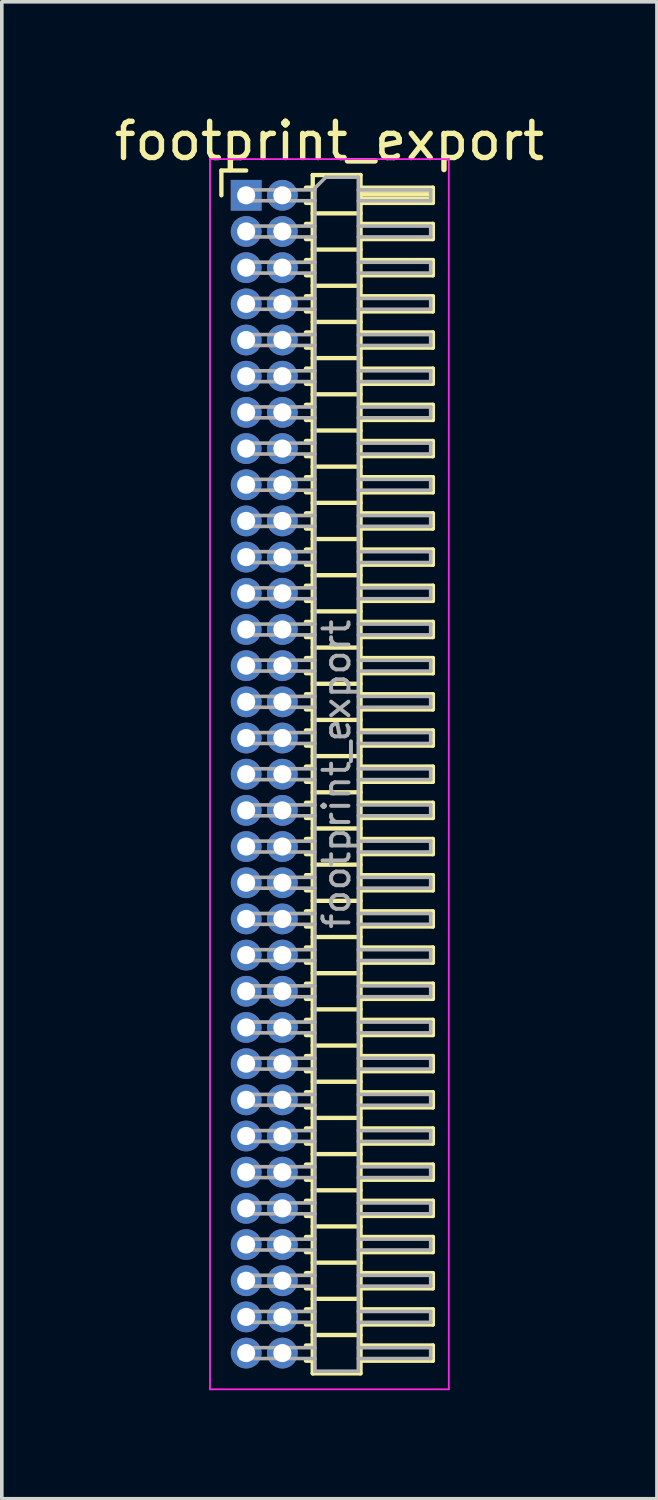
<source format=kicad_pcb>
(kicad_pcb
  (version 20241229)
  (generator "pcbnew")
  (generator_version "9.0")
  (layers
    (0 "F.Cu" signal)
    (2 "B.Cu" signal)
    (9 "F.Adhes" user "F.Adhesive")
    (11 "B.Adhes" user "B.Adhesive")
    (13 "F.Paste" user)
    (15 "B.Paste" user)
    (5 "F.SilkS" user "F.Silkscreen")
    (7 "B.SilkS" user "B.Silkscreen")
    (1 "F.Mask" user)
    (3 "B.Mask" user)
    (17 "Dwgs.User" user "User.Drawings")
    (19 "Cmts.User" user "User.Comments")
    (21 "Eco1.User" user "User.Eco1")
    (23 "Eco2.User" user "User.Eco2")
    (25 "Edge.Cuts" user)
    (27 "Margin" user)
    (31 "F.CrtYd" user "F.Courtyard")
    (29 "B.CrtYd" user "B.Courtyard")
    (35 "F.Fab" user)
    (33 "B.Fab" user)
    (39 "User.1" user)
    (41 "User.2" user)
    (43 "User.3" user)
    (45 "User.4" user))
  (footprint "footprint_export"
    (layer "F.Cu")
    (at 3.754 2.348)
    (property "Reference" "footprint_export" (at 2.3 -1.5 0) (layer "F.SilkS") (effects (font (size 1 1) (thickness 0.15))))
    (attr through_hole)
    (fp_line (start -0.685 -0.685) (end 0 -0.685) (stroke (width 0.12) (type solid)) (layer "F.SilkS"))
    (fp_line (start -0.685 0) (end -0.685 -0.685) (stroke (width 0.12) (type solid)) (layer "F.SilkS"))
    (fp_line (start 1.652 -0.21) (end 1.84 -0.21) (stroke (width 0.12) (type solid)) (layer "F.SilkS"))
    (fp_line (start 1.652 0.21) (end 1.84 0.21) (stroke (width 0.12) (type solid)) (layer "F.SilkS"))
    (fp_line (start 1.652 0.79) (end 1.84 0.79) (stroke (width 0.12) (type solid)) (layer "F.SilkS"))
    (fp_line (start 1.652 1.21) (end 1.84 1.21) (stroke (width 0.12) (type solid)) (layer "F.SilkS"))
    (fp_line (start 1.652 1.79) (end 1.84 1.79) (stroke (width 0.12) (type solid)) (layer "F.SilkS"))
    (fp_line (start 1.652 2.21) (end 1.84 2.21) (stroke (width 0.12) (type solid)) (layer "F.SilkS"))
    (fp_line (start 1.652 2.79) (end 1.84 2.79) (stroke (width 0.12) (type solid)) (layer "F.SilkS"))
    (fp_line (start 1.652 3.21) (end 1.84 3.21) (stroke (width 0.12) (type solid)) (layer "F.SilkS"))
    (fp_line (start 1.652 3.79) (end 1.84 3.79) (stroke (width 0.12) (type solid)) (layer "F.SilkS"))
    (fp_line (start 1.652 4.21) (end 1.84 4.21) (stroke (width 0.12) (type solid)) (layer "F.SilkS"))
    (fp_line (start 1.652 4.79) (end 1.84 4.79) (stroke (width 0.12) (type solid)) (layer "F.SilkS"))
    (fp_line (start 1.652 5.21) (end 1.84 5.21) (stroke (width 0.12) (type solid)) (layer "F.SilkS"))
    (fp_line (start 1.652 5.79) (end 1.84 5.79) (stroke (width 0.12) (type solid)) (layer "F.SilkS"))
    (fp_line (start 1.652 6.21) (end 1.84 6.21) (stroke (width 0.12) (type solid)) (layer "F.SilkS"))
    (fp_line (start 1.652 6.79) (end 1.84 6.79) (stroke (width 0.12) (type solid)) (layer "F.SilkS"))
    (fp_line (start 1.652 7.21) (end 1.84 7.21) (stroke (width 0.12) (type solid)) (layer "F.SilkS"))
    (fp_line (start 1.652 7.79) (end 1.84 7.79) (stroke (width 0.12) (type solid)) (layer "F.SilkS"))
    (fp_line (start 1.652 8.21) (end 1.84 8.21) (stroke (width 0.12) (type solid)) (layer "F.SilkS"))
    (fp_line (start 1.652 8.79) (end 1.84 8.79) (stroke (width 0.12) (type solid)) (layer "F.SilkS"))
    (fp_line (start 1.652 9.21) (end 1.84 9.21) (stroke (width 0.12) (type solid)) (layer "F.SilkS"))
    (fp_line (start 1.652 9.79) (end 1.84 9.79) (stroke (width 0.12) (type solid)) (layer "F.SilkS"))
    (fp_line (start 1.652 10.21) (end 1.84 10.21) (stroke (width 0.12) (type solid)) (layer "F.SilkS"))
    (fp_line (start 1.652 10.79) (end 1.84 10.79) (stroke (width 0.12) (type solid)) (layer "F.SilkS"))
    (fp_line (start 1.652 11.21) (end 1.84 11.21) (stroke (width 0.12) (type solid)) (layer "F.SilkS"))
    (fp_line (start 1.652 11.79) (end 1.84 11.79) (stroke (width 0.12) (type solid)) (layer "F.SilkS"))
    (fp_line (start 1.652 12.21) (end 1.84 12.21) (stroke (width 0.12) (type solid)) (layer "F.SilkS"))
    (fp_line (start 1.652 12.79) (end 1.84 12.79) (stroke (width 0.12) (type solid)) (layer "F.SilkS"))
    (fp_line (start 1.652 13.21) (end 1.84 13.21) (stroke (width 0.12) (type solid)) (layer "F.SilkS"))
    (fp_line (start 1.652 13.79) (end 1.84 13.79) (stroke (width 0.12) (type solid)) (layer "F.SilkS"))
    (fp_line (start 1.652 14.21) (end 1.84 14.21) (stroke (width 0.12) (type solid)) (layer "F.SilkS"))
    (fp_line (start 1.652 14.79) (end 1.84 14.79) (stroke (width 0.12) (type solid)) (layer "F.SilkS"))
    (fp_line (start 1.652 15.21) (end 1.84 15.21) (stroke (width 0.12) (type solid)) (layer "F.SilkS"))
    (fp_line (start 1.652 15.79) (end 1.84 15.79) (stroke (width 0.12) (type solid)) (layer "F.SilkS"))
    (fp_line (start 1.652 16.21) (end 1.84 16.21) (stroke (width 0.12) (type solid)) (layer "F.SilkS"))
    (fp_line (start 1.652 16.79) (end 1.84 16.79) (stroke (width 0.12) (type solid)) (layer "F.SilkS"))
    (fp_line (start 1.652 17.21) (end 1.84 17.21) (stroke (width 0.12) (type solid)) (layer "F.SilkS"))
    (fp_line (start 1.652 17.79) (end 1.84 17.79) (stroke (width 0.12) (type solid)) (layer "F.SilkS"))
    (fp_line (start 1.652 18.21) (end 1.84 18.21) (stroke (width 0.12) (type solid)) (layer "F.SilkS"))
    (fp_line (start 1.652 18.79) (end 1.84 18.79) (stroke (width 0.12) (type solid)) (layer "F.SilkS"))
    (fp_line (start 1.652 19.21) (end 1.84 19.21) (stroke (width 0.12) (type solid)) (layer "F.SilkS"))
    (fp_line (start 1.652 19.79) (end 1.84 19.79) (stroke (width 0.12) (type solid)) (layer "F.SilkS"))
    (fp_line (start 1.652 20.21) (end 1.84 20.21) (stroke (width 0.12) (type solid)) (layer "F.SilkS"))
    (fp_line (start 1.652 20.79) (end 1.84 20.79) (stroke (width 0.12) (type solid)) (layer "F.SilkS"))
    (fp_line (start 1.652 21.21) (end 1.84 21.21) (stroke (width 0.12) (type solid)) (layer "F.SilkS"))
    (fp_line (start 1.652 21.79) (end 1.84 21.79) (stroke (width 0.12) (type solid)) (layer "F.SilkS"))
    (fp_line (start 1.652 22.21) (end 1.84 22.21) (stroke (width 0.12) (type solid)) (layer "F.SilkS"))
    (fp_line (start 1.652 22.79) (end 1.84 22.79) (stroke (width 0.12) (type solid)) (layer "F.SilkS"))
    (fp_line (start 1.652 23.21) (end 1.84 23.21) (stroke (width 0.12) (type solid)) (layer "F.SilkS"))
    (fp_line (start 1.652 23.79) (end 1.84 23.79) (stroke (width 0.12) (type solid)) (layer "F.SilkS"))
    (fp_line (start 1.652 24.21) (end 1.84 24.21) (stroke (width 0.12) (type solid)) (layer "F.SilkS"))
    (fp_line (start 1.652 24.79) (end 1.84 24.79) (stroke (width 0.12) (type solid)) (layer "F.SilkS"))
    (fp_line (start 1.652 25.21) (end 1.84 25.21) (stroke (width 0.12) (type solid)) (layer "F.SilkS"))
    (fp_line (start 1.652 25.79) (end 1.84 25.79) (stroke (width 0.12) (type solid)) (layer "F.SilkS"))
    (fp_line (start 1.652 26.21) (end 1.84 26.21) (stroke (width 0.12) (type solid)) (layer "F.SilkS"))
    (fp_line (start 1.652 26.79) (end 1.84 26.79) (stroke (width 0.12) (type solid)) (layer "F.SilkS"))
    (fp_line (start 1.652 27.21) (end 1.84 27.21) (stroke (width 0.12) (type solid)) (layer "F.SilkS"))
    (fp_line (start 1.652 27.79) (end 1.84 27.79) (stroke (width 0.12) (type solid)) (layer "F.SilkS"))
    (fp_line (start 1.652 28.21) (end 1.84 28.21) (stroke (width 0.12) (type solid)) (layer "F.SilkS"))
    (fp_line (start 1.652 28.79) (end 1.84 28.79) (stroke (width 0.12) (type solid)) (layer "F.SilkS"))
    (fp_line (start 1.652 29.21) (end 1.84 29.21) (stroke (width 0.12) (type solid)) (layer "F.SilkS"))
    (fp_line (start 1.652 29.79) (end 1.84 29.79) (stroke (width 0.12) (type solid)) (layer "F.SilkS"))
    (fp_line (start 1.652 30.21) (end 1.84 30.21) (stroke (width 0.12) (type solid)) (layer "F.SilkS"))
    (fp_line (start 1.652 30.79) (end 1.84 30.79) (stroke (width 0.12) (type solid)) (layer "F.SilkS"))
    (fp_line (start 1.652 31.21) (end 1.84 31.21) (stroke (width 0.12) (type solid)) (layer "F.SilkS"))
    (fp_line (start 1.652 31.79) (end 1.84 31.79) (stroke (width 0.12) (type solid)) (layer "F.SilkS"))
    (fp_line (start 1.652 32.21) (end 1.84 32.21) (stroke (width 0.12) (type solid)) (layer "F.SilkS"))
    (fp_line (start 1.84 -0.56) (end 1.84 32.56) (stroke (width 0.12) (type solid)) (layer "F.SilkS"))
    (fp_line (start 1.84 0.5) (end 3.16 0.5) (stroke (width 0.12) (type solid)) (layer "F.SilkS"))
    (fp_line (start 1.84 1.5) (end 3.16 1.5) (stroke (width 0.12) (type solid)) (layer "F.SilkS"))
    (fp_line (start 1.84 2.5) (end 3.16 2.5) (stroke (width 0.12) (type solid)) (layer "F.SilkS"))
    (fp_line (start 1.84 3.5) (end 3.16 3.5) (stroke (width 0.12) (type solid)) (layer "F.SilkS"))
    (fp_line (start 1.84 4.5) (end 3.16 4.5) (stroke (width 0.12) (type solid)) (layer "F.SilkS"))
    (fp_line (start 1.84 5.5) (end 3.16 5.5) (stroke (width 0.12) (type solid)) (layer "F.SilkS"))
    (fp_line (start 1.84 6.5) (end 3.16 6.5) (stroke (width 0.12) (type solid)) (layer "F.SilkS"))
    (fp_line (start 1.84 7.5) (end 3.16 7.5) (stroke (width 0.12) (type solid)) (layer "F.SilkS"))
    (fp_line (start 1.84 8.5) (end 3.16 8.5) (stroke (width 0.12) (type solid)) (layer "F.SilkS"))
    (fp_line (start 1.84 9.5) (end 3.16 9.5) (stroke (width 0.12) (type solid)) (layer "F.SilkS"))
    (fp_line (start 1.84 10.5) (end 3.16 10.5) (stroke (width 0.12) (type solid)) (layer "F.SilkS"))
    (fp_line (start 1.84 11.5) (end 3.16 11.5) (stroke (width 0.12) (type solid)) (layer "F.SilkS"))
    (fp_line (start 1.84 12.5) (end 3.16 12.5) (stroke (width 0.12) (type solid)) (layer "F.SilkS"))
    (fp_line (start 1.84 13.5) (end 3.16 13.5) (stroke (width 0.12) (type solid)) (layer "F.SilkS"))
    (fp_line (start 1.84 14.5) (end 3.16 14.5) (stroke (width 0.12) (type solid)) (layer "F.SilkS"))
    (fp_line (start 1.84 15.5) (end 3.16 15.5) (stroke (width 0.12) (type solid)) (layer "F.SilkS"))
    (fp_line (start 1.84 16.5) (end 3.16 16.5) (stroke (width 0.12) (type solid)) (layer "F.SilkS"))
    (fp_line (start 1.84 17.5) (end 3.16 17.5) (stroke (width 0.12) (type solid)) (layer "F.SilkS"))
    (fp_line (start 1.84 18.5) (end 3.16 18.5) (stroke (width 0.12) (type solid)) (layer "F.SilkS"))
    (fp_line (start 1.84 19.5) (end 3.16 19.5) (stroke (width 0.12) (type solid)) (layer "F.SilkS"))
    (fp_line (start 1.84 20.5) (end 3.16 20.5) (stroke (width 0.12) (type solid)) (layer "F.SilkS"))
    (fp_line (start 1.84 21.5) (end 3.16 21.5) (stroke (width 0.12) (type solid)) (layer "F.SilkS"))
    (fp_line (start 1.84 22.5) (end 3.16 22.5) (stroke (width 0.12) (type solid)) (layer "F.SilkS"))
    (fp_line (start 1.84 23.5) (end 3.16 23.5) (stroke (width 0.12) (type solid)) (layer "F.SilkS"))
    (fp_line (start 1.84 24.5) (end 3.16 24.5) (stroke (width 0.12) (type solid)) (layer "F.SilkS"))
    (fp_line (start 1.84 25.5) (end 3.16 25.5) (stroke (width 0.12) (type solid)) (layer "F.SilkS"))
    (fp_line (start 1.84 26.5) (end 3.16 26.5) (stroke (width 0.12) (type solid)) (layer "F.SilkS"))
    (fp_line (start 1.84 27.5) (end 3.16 27.5) (stroke (width 0.12) (type solid)) (layer "F.SilkS"))
    (fp_line (start 1.84 28.5) (end 3.16 28.5) (stroke (width 0.12) (type solid)) (layer "F.SilkS"))
    (fp_line (start 1.84 29.5) (end 3.16 29.5) (stroke (width 0.12) (type solid)) (layer "F.SilkS"))
    (fp_line (start 1.84 30.5) (end 3.16 30.5) (stroke (width 0.12) (type solid)) (layer "F.SilkS"))
    (fp_line (start 1.84 31.5) (end 3.16 31.5) (stroke (width 0.12) (type solid)) (layer "F.SilkS"))
    (fp_line (start 1.84 32.56) (end 3.16 32.56) (stroke (width 0.12) (type solid)) (layer "F.SilkS"))
    (fp_line (start 3.16 -0.56) (end 1.84 -0.56) (stroke (width 0.12) (type solid)) (layer "F.SilkS"))
    (fp_line (start 3.16 -0.21) (end 5.16 -0.21) (stroke (width 0.12) (type solid)) (layer "F.SilkS"))
    (fp_line (start 3.16 -0.15) (end 5.16 -0.15) (stroke (width 0.12) (type solid)) (layer "F.SilkS"))
    (fp_line (start 3.16 -0.03) (end 5.16 -0.03) (stroke (width 0.12) (type solid)) (layer "F.SilkS"))
    (fp_line (start 3.16 0.09) (end 5.16 0.09) (stroke (width 0.12) (type solid)) (layer "F.SilkS"))
    (fp_line (start 3.16 0.79) (end 5.16 0.79) (stroke (width 0.12) (type solid)) (layer "F.SilkS"))
    (fp_line (start 3.16 1.79) (end 5.16 1.79) (stroke (width 0.12) (type solid)) (layer "F.SilkS"))
    (fp_line (start 3.16 2.79) (end 5.16 2.79) (stroke (width 0.12) (type solid)) (layer "F.SilkS"))
    (fp_line (start 3.16 3.79) (end 5.16 3.79) (stroke (width 0.12) (type solid)) (layer "F.SilkS"))
    (fp_line (start 3.16 4.79) (end 5.16 4.79) (stroke (width 0.12) (type solid)) (layer "F.SilkS"))
    (fp_line (start 3.16 5.79) (end 5.16 5.79) (stroke (width 0.12) (type solid)) (layer "F.SilkS"))
    (fp_line (start 3.16 6.79) (end 5.16 6.79) (stroke (width 0.12) (type solid)) (layer "F.SilkS"))
    (fp_line (start 3.16 7.79) (end 5.16 7.79) (stroke (width 0.12) (type solid)) (layer "F.SilkS"))
    (fp_line (start 3.16 8.79) (end 5.16 8.79) (stroke (width 0.12) (type solid)) (layer "F.SilkS"))
    (fp_line (start 3.16 9.79) (end 5.16 9.79) (stroke (width 0.12) (type solid)) (layer "F.SilkS"))
    (fp_line (start 3.16 10.79) (end 5.16 10.79) (stroke (width 0.12) (type solid)) (layer "F.SilkS"))
    (fp_line (start 3.16 11.79) (end 5.16 11.79) (stroke (width 0.12) (type solid)) (layer "F.SilkS"))
    (fp_line (start 3.16 12.79) (end 5.16 12.79) (stroke (width 0.12) (type solid)) (layer "F.SilkS"))
    (fp_line (start 3.16 13.79) (end 5.16 13.79) (stroke (width 0.12) (type solid)) (layer "F.SilkS"))
    (fp_line (start 3.16 14.79) (end 5.16 14.79) (stroke (width 0.12) (type solid)) (layer "F.SilkS"))
    (fp_line (start 3.16 15.79) (end 5.16 15.79) (stroke (width 0.12) (type solid)) (layer "F.SilkS"))
    (fp_line (start 3.16 16.79) (end 5.16 16.79) (stroke (width 0.12) (type solid)) (layer "F.SilkS"))
    (fp_line (start 3.16 17.79) (end 5.16 17.79) (stroke (width 0.12) (type solid)) (layer "F.SilkS"))
    (fp_line (start 3.16 18.79) (end 5.16 18.79) (stroke (width 0.12) (type solid)) (layer "F.SilkS"))
    (fp_line (start 3.16 19.79) (end 5.16 19.79) (stroke (width 0.12) (type solid)) (layer "F.SilkS"))
    (fp_line (start 3.16 20.79) (end 5.16 20.79) (stroke (width 0.12) (type solid)) (layer "F.SilkS"))
    (fp_line (start 3.16 21.79) (end 5.16 21.79) (stroke (width 0.12) (type solid)) (layer "F.SilkS"))
    (fp_line (start 3.16 22.79) (end 5.16 22.79) (stroke (width 0.12) (type solid)) (layer "F.SilkS"))
    (fp_line (start 3.16 23.79) (end 5.16 23.79) (stroke (width 0.12) (type solid)) (layer "F.SilkS"))
    (fp_line (start 3.16 24.79) (end 5.16 24.79) (stroke (width 0.12) (type solid)) (layer "F.SilkS"))
    (fp_line (start 3.16 25.79) (end 5.16 25.79) (stroke (width 0.12) (type solid)) (layer "F.SilkS"))
    (fp_line (start 3.16 26.79) (end 5.16 26.79) (stroke (width 0.12) (type solid)) (layer "F.SilkS"))
    (fp_line (start 3.16 27.79) (end 5.16 27.79) (stroke (width 0.12) (type solid)) (layer "F.SilkS"))
    (fp_line (start 3.16 28.79) (end 5.16 28.79) (stroke (width 0.12) (type solid)) (layer "F.SilkS"))
    (fp_line (start 3.16 29.79) (end 5.16 29.79) (stroke (width 0.12) (type solid)) (layer "F.SilkS"))
    (fp_line (start 3.16 30.79) (end 5.16 30.79) (stroke (width 0.12) (type solid)) (layer "F.SilkS"))
    (fp_line (start 3.16 31.79) (end 5.16 31.79) (stroke (width 0.12) (type solid)) (layer "F.SilkS"))
    (fp_line (start 3.16 32.56) (end 3.16 -0.56) (stroke (width 0.12) (type solid)) (layer "F.SilkS"))
    (fp_line (start 5.16 -0.21) (end 5.16 0.21) (stroke (width 0.12) (type solid)) (layer "F.SilkS"))
    (fp_line (start 5.16 0.21) (end 3.16 0.21) (stroke (width 0.12) (type solid)) (layer "F.SilkS"))
    (fp_line (start 5.16 0.79) (end 5.16 1.21) (stroke (width 0.12) (type solid)) (layer "F.SilkS"))
    (fp_line (start 5.16 1.21) (end 3.16 1.21) (stroke (width 0.12) (type solid)) (layer "F.SilkS"))
    (fp_line (start 5.16 1.79) (end 5.16 2.21) (stroke (width 0.12) (type solid)) (layer "F.SilkS"))
    (fp_line (start 5.16 2.21) (end 3.16 2.21) (stroke (width 0.12) (type solid)) (layer "F.SilkS"))
    (fp_line (start 5.16 2.79) (end 5.16 3.21) (stroke (width 0.12) (type solid)) (layer "F.SilkS"))
    (fp_line (start 5.16 3.21) (end 3.16 3.21) (stroke (width 0.12) (type solid)) (layer "F.SilkS"))
    (fp_line (start 5.16 3.79) (end 5.16 4.21) (stroke (width 0.12) (type solid)) (layer "F.SilkS"))
    (fp_line (start 5.16 4.21) (end 3.16 4.21) (stroke (width 0.12) (type solid)) (layer "F.SilkS"))
    (fp_line (start 5.16 4.79) (end 5.16 5.21) (stroke (width 0.12) (type solid)) (layer "F.SilkS"))
    (fp_line (start 5.16 5.21) (end 3.16 5.21) (stroke (width 0.12) (type solid)) (layer "F.SilkS"))
    (fp_line (start 5.16 5.79) (end 5.16 6.21) (stroke (width 0.12) (type solid)) (layer "F.SilkS"))
    (fp_line (start 5.16 6.21) (end 3.16 6.21) (stroke (width 0.12) (type solid)) (layer "F.SilkS"))
    (fp_line (start 5.16 6.79) (end 5.16 7.21) (stroke (width 0.12) (type solid)) (layer "F.SilkS"))
    (fp_line (start 5.16 7.21) (end 3.16 7.21) (stroke (width 0.12) (type solid)) (layer "F.SilkS"))
    (fp_line (start 5.16 7.79) (end 5.16 8.21) (stroke (width 0.12) (type solid)) (layer "F.SilkS"))
    (fp_line (start 5.16 8.21) (end 3.16 8.21) (stroke (width 0.12) (type solid)) (layer "F.SilkS"))
    (fp_line (start 5.16 8.79) (end 5.16 9.21) (stroke (width 0.12) (type solid)) (layer "F.SilkS"))
    (fp_line (start 5.16 9.21) (end 3.16 9.21) (stroke (width 0.12) (type solid)) (layer "F.SilkS"))
    (fp_line (start 5.16 9.79) (end 5.16 10.21) (stroke (width 0.12) (type solid)) (layer "F.SilkS"))
    (fp_line (start 5.16 10.21) (end 3.16 10.21) (stroke (width 0.12) (type solid)) (layer "F.SilkS"))
    (fp_line (start 5.16 10.79) (end 5.16 11.21) (stroke (width 0.12) (type solid)) (layer "F.SilkS"))
    (fp_line (start 5.16 11.21) (end 3.16 11.21) (stroke (width 0.12) (type solid)) (layer "F.SilkS"))
    (fp_line (start 5.16 11.79) (end 5.16 12.21) (stroke (width 0.12) (type solid)) (layer "F.SilkS"))
    (fp_line (start 5.16 12.21) (end 3.16 12.21) (stroke (width 0.12) (type solid)) (layer "F.SilkS"))
    (fp_line (start 5.16 12.79) (end 5.16 13.21) (stroke (width 0.12) (type solid)) (layer "F.SilkS"))
    (fp_line (start 5.16 13.21) (end 3.16 13.21) (stroke (width 0.12) (type solid)) (layer "F.SilkS"))
    (fp_line (start 5.16 13.79) (end 5.16 14.21) (stroke (width 0.12) (type solid)) (layer "F.SilkS"))
    (fp_line (start 5.16 14.21) (end 3.16 14.21) (stroke (width 0.12) (type solid)) (layer "F.SilkS"))
    (fp_line (start 5.16 14.79) (end 5.16 15.21) (stroke (width 0.12) (type solid)) (layer "F.SilkS"))
    (fp_line (start 5.16 15.21) (end 3.16 15.21) (stroke (width 0.12) (type solid)) (layer "F.SilkS"))
    (fp_line (start 5.16 15.79) (end 5.16 16.21) (stroke (width 0.12) (type solid)) (layer "F.SilkS"))
    (fp_line (start 5.16 16.21) (end 3.16 16.21) (stroke (width 0.12) (type solid)) (layer "F.SilkS"))
    (fp_line (start 5.16 16.79) (end 5.16 17.21) (stroke (width 0.12) (type solid)) (layer "F.SilkS"))
    (fp_line (start 5.16 17.21) (end 3.16 17.21) (stroke (width 0.12) (type solid)) (layer "F.SilkS"))
    (fp_line (start 5.16 17.79) (end 5.16 18.21) (stroke (width 0.12) (type solid)) (layer "F.SilkS"))
    (fp_line (start 5.16 18.21) (end 3.16 18.21) (stroke (width 0.12) (type solid)) (layer "F.SilkS"))
    (fp_line (start 5.16 18.79) (end 5.16 19.21) (stroke (width 0.12) (type solid)) (layer "F.SilkS"))
    (fp_line (start 5.16 19.21) (end 3.16 19.21) (stroke (width 0.12) (type solid)) (layer "F.SilkS"))
    (fp_line (start 5.16 19.79) (end 5.16 20.21) (stroke (width 0.12) (type solid)) (layer "F.SilkS"))
    (fp_line (start 5.16 20.21) (end 3.16 20.21) (stroke (width 0.12) (type solid)) (layer "F.SilkS"))
    (fp_line (start 5.16 20.79) (end 5.16 21.21) (stroke (width 0.12) (type solid)) (layer "F.SilkS"))
    (fp_line (start 5.16 21.21) (end 3.16 21.21) (stroke (width 0.12) (type solid)) (layer "F.SilkS"))
    (fp_line (start 5.16 21.79) (end 5.16 22.21) (stroke (width 0.12) (type solid)) (layer "F.SilkS"))
    (fp_line (start 5.16 22.21) (end 3.16 22.21) (stroke (width 0.12) (type solid)) (layer "F.SilkS"))
    (fp_line (start 5.16 22.79) (end 5.16 23.21) (stroke (width 0.12) (type solid)) (layer "F.SilkS"))
    (fp_line (start 5.16 23.21) (end 3.16 23.21) (stroke (width 0.12) (type solid)) (layer "F.SilkS"))
    (fp_line (start 5.16 23.79) (end 5.16 24.21) (stroke (width 0.12) (type solid)) (layer "F.SilkS"))
    (fp_line (start 5.16 24.21) (end 3.16 24.21) (stroke (width 0.12) (type solid)) (layer "F.SilkS"))
    (fp_line (start 5.16 24.79) (end 5.16 25.21) (stroke (width 0.12) (type solid)) (layer "F.SilkS"))
    (fp_line (start 5.16 25.21) (end 3.16 25.21) (stroke (width 0.12) (type solid)) (layer "F.SilkS"))
    (fp_line (start 5.16 25.79) (end 5.16 26.21) (stroke (width 0.12) (type solid)) (layer "F.SilkS"))
    (fp_line (start 5.16 26.21) (end 3.16 26.21) (stroke (width 0.12) (type solid)) (layer "F.SilkS"))
    (fp_line (start 5.16 26.79) (end 5.16 27.21) (stroke (width 0.12) (type solid)) (layer "F.SilkS"))
    (fp_line (start 5.16 27.21) (end 3.16 27.21) (stroke (width 0.12) (type solid)) (layer "F.SilkS"))
    (fp_line (start 5.16 27.79) (end 5.16 28.21) (stroke (width 0.12) (type solid)) (layer "F.SilkS"))
    (fp_line (start 5.16 28.21) (end 3.16 28.21) (stroke (width 0.12) (type solid)) (layer "F.SilkS"))
    (fp_line (start 5.16 28.79) (end 5.16 29.21) (stroke (width 0.12) (type solid)) (layer "F.SilkS"))
    (fp_line (start 5.16 29.21) (end 3.16 29.21) (stroke (width 0.12) (type solid)) (layer "F.SilkS"))
    (fp_line (start 5.16 29.79) (end 5.16 30.21) (stroke (width 0.12) (type solid)) (layer "F.SilkS"))
    (fp_line (start 5.16 30.21) (end 3.16 30.21) (stroke (width 0.12) (type solid)) (layer "F.SilkS"))
    (fp_line (start 5.16 30.79) (end 5.16 31.21) (stroke (width 0.12) (type solid)) (layer "F.SilkS"))
    (fp_line (start 5.16 31.21) (end 3.16 31.21) (stroke (width 0.12) (type solid)) (layer "F.SilkS"))
    (fp_line (start 5.16 31.79) (end 5.16 32.21) (stroke (width 0.12) (type solid)) (layer "F.SilkS"))
    (fp_line (start 5.16 32.21) (end 3.16 32.21) (stroke (width 0.12) (type solid)) (layer "F.SilkS"))
    (fp_line (start -1 -1) (end -1 33) (stroke (width 0.05) (type solid)) (layer "F.CrtYd"))
    (fp_line (start -1 33) (end 5.6 33) (stroke (width 0.05) (type solid)) (layer "F.CrtYd"))
    (fp_line (start 5.6 -1) (end -1 -1) (stroke (width 0.05) (type solid)) (layer "F.CrtYd"))
    (fp_line (start 5.6 33) (end 5.6 -1) (stroke (width 0.05) (type solid)) (layer "F.CrtYd"))
    (fp_line (start -0.15 -0.15) (end -0.15 0.15) (stroke (width 0.1) (type solid)) (layer "F.Fab"))
    (fp_line (start -0.15 -0.15) (end 1.9 -0.15) (stroke (width 0.1) (type solid)) (layer "F.Fab"))
    (fp_line (start -0.15 0.15) (end 1.9 0.15) (stroke (width 0.1) (type solid)) (layer "F.Fab"))
    (fp_line (start -0.15 0.85) (end -0.15 1.15) (stroke (width 0.1) (type solid)) (layer "F.Fab"))
    (fp_line (start -0.15 0.85) (end 1.9 0.85) (stroke (width 0.1) (type solid)) (layer "F.Fab"))
    (fp_line (start -0.15 1.15) (end 1.9 1.15) (stroke (width 0.1) (type solid)) (layer "F.Fab"))
    (fp_line (start -0.15 1.85) (end -0.15 2.15) (stroke (width 0.1) (type solid)) (layer "F.Fab"))
    (fp_line (start -0.15 1.85) (end 1.9 1.85) (stroke (width 0.1) (type solid)) (layer "F.Fab"))
    (fp_line (start -0.15 2.15) (end 1.9 2.15) (stroke (width 0.1) (type solid)) (layer "F.Fab"))
    (fp_line (start -0.15 2.85) (end -0.15 3.15) (stroke (width 0.1) (type solid)) (layer "F.Fab"))
    (fp_line (start -0.15 2.85) (end 1.9 2.85) (stroke (width 0.1) (type solid)) (layer "F.Fab"))
    (fp_line (start -0.15 3.15) (end 1.9 3.15) (stroke (width 0.1) (type solid)) (layer "F.Fab"))
    (fp_line (start -0.15 3.85) (end -0.15 4.15) (stroke (width 0.1) (type solid)) (layer "F.Fab"))
    (fp_line (start -0.15 3.85) (end 1.9 3.85) (stroke (width 0.1) (type solid)) (layer "F.Fab"))
    (fp_line (start -0.15 4.15) (end 1.9 4.15) (stroke (width 0.1) (type solid)) (layer "F.Fab"))
    (fp_line (start -0.15 4.85) (end -0.15 5.15) (stroke (width 0.1) (type solid)) (layer "F.Fab"))
    (fp_line (start -0.15 4.85) (end 1.9 4.85) (stroke (width 0.1) (type solid)) (layer "F.Fab"))
    (fp_line (start -0.15 5.15) (end 1.9 5.15) (stroke (width 0.1) (type solid)) (layer "F.Fab"))
    (fp_line (start -0.15 5.85) (end -0.15 6.15) (stroke (width 0.1) (type solid)) (layer "F.Fab"))
    (fp_line (start -0.15 5.85) (end 1.9 5.85) (stroke (width 0.1) (type solid)) (layer "F.Fab"))
    (fp_line (start -0.15 6.15) (end 1.9 6.15) (stroke (width 0.1) (type solid)) (layer "F.Fab"))
    (fp_line (start -0.15 6.85) (end -0.15 7.15) (stroke (width 0.1) (type solid)) (layer "F.Fab"))
    (fp_line (start -0.15 6.85) (end 1.9 6.85) (stroke (width 0.1) (type solid)) (layer "F.Fab"))
    (fp_line (start -0.15 7.15) (end 1.9 7.15) (stroke (width 0.1) (type solid)) (layer "F.Fab"))
    (fp_line (start -0.15 7.85) (end -0.15 8.15) (stroke (width 0.1) (type solid)) (layer "F.Fab"))
    (fp_line (start -0.15 7.85) (end 1.9 7.85) (stroke (width 0.1) (type solid)) (layer "F.Fab"))
    (fp_line (start -0.15 8.15) (end 1.9 8.15) (stroke (width 0.1) (type solid)) (layer "F.Fab"))
    (fp_line (start -0.15 8.85) (end -0.15 9.15) (stroke (width 0.1) (type solid)) (layer "F.Fab"))
    (fp_line (start -0.15 8.85) (end 1.9 8.85) (stroke (width 0.1) (type solid)) (layer "F.Fab"))
    (fp_line (start -0.15 9.15) (end 1.9 9.15) (stroke (width 0.1) (type solid)) (layer "F.Fab"))
    (fp_line (start -0.15 9.85) (end -0.15 10.15) (stroke (width 0.1) (type solid)) (layer "F.Fab"))
    (fp_line (start -0.15 9.85) (end 1.9 9.85) (stroke (width 0.1) (type solid)) (layer "F.Fab"))
    (fp_line (start -0.15 10.15) (end 1.9 10.15) (stroke (width 0.1) (type solid)) (layer "F.Fab"))
    (fp_line (start -0.15 10.85) (end -0.15 11.15) (stroke (width 0.1) (type solid)) (layer "F.Fab"))
    (fp_line (start -0.15 10.85) (end 1.9 10.85) (stroke (width 0.1) (type solid)) (layer "F.Fab"))
    (fp_line (start -0.15 11.15) (end 1.9 11.15) (stroke (width 0.1) (type solid)) (layer "F.Fab"))
    (fp_line (start -0.15 11.85) (end -0.15 12.15) (stroke (width 0.1) (type solid)) (layer "F.Fab"))
    (fp_line (start -0.15 11.85) (end 1.9 11.85) (stroke (width 0.1) (type solid)) (layer "F.Fab"))
    (fp_line (start -0.15 12.15) (end 1.9 12.15) (stroke (width 0.1) (type solid)) (layer "F.Fab"))
    (fp_line (start -0.15 12.85) (end -0.15 13.15) (stroke (width 0.1) (type solid)) (layer "F.Fab"))
    (fp_line (start -0.15 12.85) (end 1.9 12.85) (stroke (width 0.1) (type solid)) (layer "F.Fab"))
    (fp_line (start -0.15 13.15) (end 1.9 13.15) (stroke (width 0.1) (type solid)) (layer "F.Fab"))
    (fp_line (start -0.15 13.85) (end -0.15 14.15) (stroke (width 0.1) (type solid)) (layer "F.Fab"))
    (fp_line (start -0.15 13.85) (end 1.9 13.85) (stroke (width 0.1) (type solid)) (layer "F.Fab"))
    (fp_line (start -0.15 14.15) (end 1.9 14.15) (stroke (width 0.1) (type solid)) (layer "F.Fab"))
    (fp_line (start -0.15 14.85) (end -0.15 15.15) (stroke (width 0.1) (type solid)) (layer "F.Fab"))
    (fp_line (start -0.15 14.85) (end 1.9 14.85) (stroke (width 0.1) (type solid)) (layer "F.Fab"))
    (fp_line (start -0.15 15.15) (end 1.9 15.15) (stroke (width 0.1) (type solid)) (layer "F.Fab"))
    (fp_line (start -0.15 15.85) (end -0.15 16.15) (stroke (width 0.1) (type solid)) (layer "F.Fab"))
    (fp_line (start -0.15 15.85) (end 1.9 15.85) (stroke (width 0.1) (type solid)) (layer "F.Fab"))
    (fp_line (start -0.15 16.15) (end 1.9 16.15) (stroke (width 0.1) (type solid)) (layer "F.Fab"))
    (fp_line (start -0.15 16.85) (end -0.15 17.15) (stroke (width 0.1) (type solid)) (layer "F.Fab"))
    (fp_line (start -0.15 16.85) (end 1.9 16.85) (stroke (width 0.1) (type solid)) (layer "F.Fab"))
    (fp_line (start -0.15 17.15) (end 1.9 17.15) (stroke (width 0.1) (type solid)) (layer "F.Fab"))
    (fp_line (start -0.15 17.85) (end -0.15 18.15) (stroke (width 0.1) (type solid)) (layer "F.Fab"))
    (fp_line (start -0.15 17.85) (end 1.9 17.85) (stroke (width 0.1) (type solid)) (layer "F.Fab"))
    (fp_line (start -0.15 18.15) (end 1.9 18.15) (stroke (width 0.1) (type solid)) (layer "F.Fab"))
    (fp_line (start -0.15 18.85) (end -0.15 19.15) (stroke (width 0.1) (type solid)) (layer "F.Fab"))
    (fp_line (start -0.15 18.85) (end 1.9 18.85) (stroke (width 0.1) (type solid)) (layer "F.Fab"))
    (fp_line (start -0.15 19.15) (end 1.9 19.15) (stroke (width 0.1) (type solid)) (layer "F.Fab"))
    (fp_line (start -0.15 19.85) (end -0.15 20.15) (stroke (width 0.1) (type solid)) (layer "F.Fab"))
    (fp_line (start -0.15 19.85) (end 1.9 19.85) (stroke (width 0.1) (type solid)) (layer "F.Fab"))
    (fp_line (start -0.15 20.15) (end 1.9 20.15) (stroke (width 0.1) (type solid)) (layer "F.Fab"))
    (fp_line (start -0.15 20.85) (end -0.15 21.15) (stroke (width 0.1) (type solid)) (layer "F.Fab"))
    (fp_line (start -0.15 20.85) (end 1.9 20.85) (stroke (width 0.1) (type solid)) (layer "F.Fab"))
    (fp_line (start -0.15 21.15) (end 1.9 21.15) (stroke (width 0.1) (type solid)) (layer "F.Fab"))
    (fp_line (start -0.15 21.85) (end -0.15 22.15) (stroke (width 0.1) (type solid)) (layer "F.Fab"))
    (fp_line (start -0.15 21.85) (end 1.9 21.85) (stroke (width 0.1) (type solid)) (layer "F.Fab"))
    (fp_line (start -0.15 22.15) (end 1.9 22.15) (stroke (width 0.1) (type solid)) (layer "F.Fab"))
    (fp_line (start -0.15 22.85) (end -0.15 23.15) (stroke (width 0.1) (type solid)) (layer "F.Fab"))
    (fp_line (start -0.15 22.85) (end 1.9 22.85) (stroke (width 0.1) (type solid)) (layer "F.Fab"))
    (fp_line (start -0.15 23.15) (end 1.9 23.15) (stroke (width 0.1) (type solid)) (layer "F.Fab"))
    (fp_line (start -0.15 23.85) (end -0.15 24.15) (stroke (width 0.1) (type solid)) (layer "F.Fab"))
    (fp_line (start -0.15 23.85) (end 1.9 23.85) (stroke (width 0.1) (type solid)) (layer "F.Fab"))
    (fp_line (start -0.15 24.15) (end 1.9 24.15) (stroke (width 0.1) (type solid)) (layer "F.Fab"))
    (fp_line (start -0.15 24.85) (end -0.15 25.15) (stroke (width 0.1) (type solid)) (layer "F.Fab"))
    (fp_line (start -0.15 24.85) (end 1.9 24.85) (stroke (width 0.1) (type solid)) (layer "F.Fab"))
    (fp_line (start -0.15 25.15) (end 1.9 25.15) (stroke (width 0.1) (type solid)) (layer "F.Fab"))
    (fp_line (start -0.15 25.85) (end -0.15 26.15) (stroke (width 0.1) (type solid)) (layer "F.Fab"))
    (fp_line (start -0.15 25.85) (end 1.9 25.85) (stroke (width 0.1) (type solid)) (layer "F.Fab"))
    (fp_line (start -0.15 26.15) (end 1.9 26.15) (stroke (width 0.1) (type solid)) (layer "F.Fab"))
    (fp_line (start -0.15 26.85) (end -0.15 27.15) (stroke (width 0.1) (type solid)) (layer "F.Fab"))
    (fp_line (start -0.15 26.85) (end 1.9 26.85) (stroke (width 0.1) (type solid)) (layer "F.Fab"))
    (fp_line (start -0.15 27.15) (end 1.9 27.15) (stroke (width 0.1) (type solid)) (layer "F.Fab"))
    (fp_line (start -0.15 27.85) (end -0.15 28.15) (stroke (width 0.1) (type solid)) (layer "F.Fab"))
    (fp_line (start -0.15 27.85) (end 1.9 27.85) (stroke (width 0.1) (type solid)) (layer "F.Fab"))
    (fp_line (start -0.15 28.15) (end 1.9 28.15) (stroke (width 0.1) (type solid)) (layer "F.Fab"))
    (fp_line (start -0.15 28.85) (end -0.15 29.15) (stroke (width 0.1) (type solid)) (layer "F.Fab"))
    (fp_line (start -0.15 28.85) (end 1.9 28.85) (stroke (width 0.1) (type solid)) (layer "F.Fab"))
    (fp_line (start -0.15 29.15) (end 1.9 29.15) (stroke (width 0.1) (type solid)) (layer "F.Fab"))
    (fp_line (start -0.15 29.85) (end -0.15 30.15) (stroke (width 0.1) (type solid)) (layer "F.Fab"))
    (fp_line (start -0.15 29.85) (end 1.9 29.85) (stroke (width 0.1) (type solid)) (layer "F.Fab"))
    (fp_line (start -0.15 30.15) (end 1.9 30.15) (stroke (width 0.1) (type solid)) (layer "F.Fab"))
    (fp_line (start -0.15 30.85) (end -0.15 31.15) (stroke (width 0.1) (type solid)) (layer "F.Fab"))
    (fp_line (start -0.15 30.85) (end 1.9 30.85) (stroke (width 0.1) (type solid)) (layer "F.Fab"))
    (fp_line (start -0.15 31.15) (end 1.9 31.15) (stroke (width 0.1) (type solid)) (layer "F.Fab"))
    (fp_line (start -0.15 31.85) (end -0.15 32.15) (stroke (width 0.1) (type solid)) (layer "F.Fab"))
    (fp_line (start -0.15 31.85) (end 1.9 31.85) (stroke (width 0.1) (type solid)) (layer "F.Fab"))
    (fp_line (start -0.15 32.15) (end 1.9 32.15) (stroke (width 0.1) (type solid)) (layer "F.Fab"))
    (fp_line (start 1.9 -0.2) (end 2.2 -0.5) (stroke (width 0.1) (type solid)) (layer "F.Fab"))
    (fp_line (start 1.9 32.5) (end 1.9 -0.2) (stroke (width 0.1) (type solid)) (layer "F.Fab"))
    (fp_line (start 2.2 -0.5) (end 3.1 -0.5) (stroke (width 0.1) (type solid)) (layer "F.Fab"))
    (fp_line (start 3.1 -0.5) (end 3.1 32.5) (stroke (width 0.1) (type solid)) (layer "F.Fab"))
    (fp_line (start 3.1 -0.15) (end 5.1 -0.15) (stroke (width 0.1) (type solid)) (layer "F.Fab"))
    (fp_line (start 3.1 0.15) (end 5.1 0.15) (stroke (width 0.1) (type solid)) (layer "F.Fab"))
    (fp_line (start 3.1 0.85) (end 5.1 0.85) (stroke (width 0.1) (type solid)) (layer "F.Fab"))
    (fp_line (start 3.1 1.15) (end 5.1 1.15) (stroke (width 0.1) (type solid)) (layer "F.Fab"))
    (fp_line (start 3.1 1.85) (end 5.1 1.85) (stroke (width 0.1) (type solid)) (layer "F.Fab"))
    (fp_line (start 3.1 2.15) (end 5.1 2.15) (stroke (width 0.1) (type solid)) (layer "F.Fab"))
    (fp_line (start 3.1 2.85) (end 5.1 2.85) (stroke (width 0.1) (type solid)) (layer "F.Fab"))
    (fp_line (start 3.1 3.15) (end 5.1 3.15) (stroke (width 0.1) (type solid)) (layer "F.Fab"))
    (fp_line (start 3.1 3.85) (end 5.1 3.85) (stroke (width 0.1) (type solid)) (layer "F.Fab"))
    (fp_line (start 3.1 4.15) (end 5.1 4.15) (stroke (width 0.1) (type solid)) (layer "F.Fab"))
    (fp_line (start 3.1 4.85) (end 5.1 4.85) (stroke (width 0.1) (type solid)) (layer "F.Fab"))
    (fp_line (start 3.1 5.15) (end 5.1 5.15) (stroke (width 0.1) (type solid)) (layer "F.Fab"))
    (fp_line (start 3.1 5.85) (end 5.1 5.85) (stroke (width 0.1) (type solid)) (layer "F.Fab"))
    (fp_line (start 3.1 6.15) (end 5.1 6.15) (stroke (width 0.1) (type solid)) (layer "F.Fab"))
    (fp_line (start 3.1 6.85) (end 5.1 6.85) (stroke (width 0.1) (type solid)) (layer "F.Fab"))
    (fp_line (start 3.1 7.15) (end 5.1 7.15) (stroke (width 0.1) (type solid)) (layer "F.Fab"))
    (fp_line (start 3.1 7.85) (end 5.1 7.85) (stroke (width 0.1) (type solid)) (layer "F.Fab"))
    (fp_line (start 3.1 8.15) (end 5.1 8.15) (stroke (width 0.1) (type solid)) (layer "F.Fab"))
    (fp_line (start 3.1 8.85) (end 5.1 8.85) (stroke (width 0.1) (type solid)) (layer "F.Fab"))
    (fp_line (start 3.1 9.15) (end 5.1 9.15) (stroke (width 0.1) (type solid)) (layer "F.Fab"))
    (fp_line (start 3.1 9.85) (end 5.1 9.85) (stroke (width 0.1) (type solid)) (layer "F.Fab"))
    (fp_line (start 3.1 10.15) (end 5.1 10.15) (stroke (width 0.1) (type solid)) (layer "F.Fab"))
    (fp_line (start 3.1 10.85) (end 5.1 10.85) (stroke (width 0.1) (type solid)) (layer "F.Fab"))
    (fp_line (start 3.1 11.15) (end 5.1 11.15) (stroke (width 0.1) (type solid)) (layer "F.Fab"))
    (fp_line (start 3.1 11.85) (end 5.1 11.85) (stroke (width 0.1) (type solid)) (layer "F.Fab"))
    (fp_line (start 3.1 12.15) (end 5.1 12.15) (stroke (width 0.1) (type solid)) (layer "F.Fab"))
    (fp_line (start 3.1 12.85) (end 5.1 12.85) (stroke (width 0.1) (type solid)) (layer "F.Fab"))
    (fp_line (start 3.1 13.15) (end 5.1 13.15) (stroke (width 0.1) (type solid)) (layer "F.Fab"))
    (fp_line (start 3.1 13.85) (end 5.1 13.85) (stroke (width 0.1) (type solid)) (layer "F.Fab"))
    (fp_line (start 3.1 14.15) (end 5.1 14.15) (stroke (width 0.1) (type solid)) (layer "F.Fab"))
    (fp_line (start 3.1 14.85) (end 5.1 14.85) (stroke (width 0.1) (type solid)) (layer "F.Fab"))
    (fp_line (start 3.1 15.15) (end 5.1 15.15) (stroke (width 0.1) (type solid)) (layer "F.Fab"))
    (fp_line (start 3.1 15.85) (end 5.1 15.85) (stroke (width 0.1) (type solid)) (layer "F.Fab"))
    (fp_line (start 3.1 16.15) (end 5.1 16.15) (stroke (width 0.1) (type solid)) (layer "F.Fab"))
    (fp_line (start 3.1 16.85) (end 5.1 16.85) (stroke (width 0.1) (type solid)) (layer "F.Fab"))
    (fp_line (start 3.1 17.15) (end 5.1 17.15) (stroke (width 0.1) (type solid)) (layer "F.Fab"))
    (fp_line (start 3.1 17.85) (end 5.1 17.85) (stroke (width 0.1) (type solid)) (layer "F.Fab"))
    (fp_line (start 3.1 18.15) (end 5.1 18.15) (stroke (width 0.1) (type solid)) (layer "F.Fab"))
    (fp_line (start 3.1 18.85) (end 5.1 18.85) (stroke (width 0.1) (type solid)) (layer "F.Fab"))
    (fp_line (start 3.1 19.15) (end 5.1 19.15) (stroke (width 0.1) (type solid)) (layer "F.Fab"))
    (fp_line (start 3.1 19.85) (end 5.1 19.85) (stroke (width 0.1) (type solid)) (layer "F.Fab"))
    (fp_line (start 3.1 20.15) (end 5.1 20.15) (stroke (width 0.1) (type solid)) (layer "F.Fab"))
    (fp_line (start 3.1 20.85) (end 5.1 20.85) (stroke (width 0.1) (type solid)) (layer "F.Fab"))
    (fp_line (start 3.1 21.15) (end 5.1 21.15) (stroke (width 0.1) (type solid)) (layer "F.Fab"))
    (fp_line (start 3.1 21.85) (end 5.1 21.85) (stroke (width 0.1) (type solid)) (layer "F.Fab"))
    (fp_line (start 3.1 22.15) (end 5.1 22.15) (stroke (width 0.1) (type solid)) (layer "F.Fab"))
    (fp_line (start 3.1 22.85) (end 5.1 22.85) (stroke (width 0.1) (type solid)) (layer "F.Fab"))
    (fp_line (start 3.1 23.15) (end 5.1 23.15) (stroke (width 0.1) (type solid)) (layer "F.Fab"))
    (fp_line (start 3.1 23.85) (end 5.1 23.85) (stroke (width 0.1) (type solid)) (layer "F.Fab"))
    (fp_line (start 3.1 24.15) (end 5.1 24.15) (stroke (width 0.1) (type solid)) (layer "F.Fab"))
    (fp_line (start 3.1 24.85) (end 5.1 24.85) (stroke (width 0.1) (type solid)) (layer "F.Fab"))
    (fp_line (start 3.1 25.15) (end 5.1 25.15) (stroke (width 0.1) (type solid)) (layer "F.Fab"))
    (fp_line (start 3.1 25.85) (end 5.1 25.85) (stroke (width 0.1) (type solid)) (layer "F.Fab"))
    (fp_line (start 3.1 26.15) (end 5.1 26.15) (stroke (width 0.1) (type solid)) (layer "F.Fab"))
    (fp_line (start 3.1 26.85) (end 5.1 26.85) (stroke (width 0.1) (type solid)) (layer "F.Fab"))
    (fp_line (start 3.1 27.15) (end 5.1 27.15) (stroke (width 0.1) (type solid)) (layer "F.Fab"))
    (fp_line (start 3.1 27.85) (end 5.1 27.85) (stroke (width 0.1) (type solid)) (layer "F.Fab"))
    (fp_line (start 3.1 28.15) (end 5.1 28.15) (stroke (width 0.1) (type solid)) (layer "F.Fab"))
    (fp_line (start 3.1 28.85) (end 5.1 28.85) (stroke (width 0.1) (type solid)) (layer "F.Fab"))
    (fp_line (start 3.1 29.15) (end 5.1 29.15) (stroke (width 0.1) (type solid)) (layer "F.Fab"))
    (fp_line (start 3.1 29.85) (end 5.1 29.85) (stroke (width 0.1) (type solid)) (layer "F.Fab"))
    (fp_line (start 3.1 30.15) (end 5.1 30.15) (stroke (width 0.1) (type solid)) (layer "F.Fab"))
    (fp_line (start 3.1 30.85) (end 5.1 30.85) (stroke (width 0.1) (type solid)) (layer "F.Fab"))
    (fp_line (start 3.1 31.15) (end 5.1 31.15) (stroke (width 0.1) (type solid)) (layer "F.Fab"))
    (fp_line (start 3.1 31.85) (end 5.1 31.85) (stroke (width 0.1) (type solid)) (layer "F.Fab"))
    (fp_line (start 3.1 32.15) (end 5.1 32.15) (stroke (width 0.1) (type solid)) (layer "F.Fab"))
    (fp_line (start 3.1 32.5) (end 1.9 32.5) (stroke (width 0.1) (type solid)) (layer "F.Fab"))
    (fp_line (start 5.1 -0.15) (end 5.1 0.15) (stroke (width 0.1) (type solid)) (layer "F.Fab"))
    (fp_line (start 5.1 0.85) (end 5.1 1.15) (stroke (width 0.1) (type solid)) (layer "F.Fab"))
    (fp_line (start 5.1 1.85) (end 5.1 2.15) (stroke (width 0.1) (type solid)) (layer "F.Fab"))
    (fp_line (start 5.1 2.85) (end 5.1 3.15) (stroke (width 0.1) (type solid)) (layer "F.Fab"))
    (fp_line (start 5.1 3.85) (end 5.1 4.15) (stroke (width 0.1) (type solid)) (layer "F.Fab"))
    (fp_line (start 5.1 4.85) (end 5.1 5.15) (stroke (width 0.1) (type solid)) (layer "F.Fab"))
    (fp_line (start 5.1 5.85) (end 5.1 6.15) (stroke (width 0.1) (type solid)) (layer "F.Fab"))
    (fp_line (start 5.1 6.85) (end 5.1 7.15) (stroke (width 0.1) (type solid)) (layer "F.Fab"))
    (fp_line (start 5.1 7.85) (end 5.1 8.15) (stroke (width 0.1) (type solid)) (layer "F.Fab"))
    (fp_line (start 5.1 8.85) (end 5.1 9.15) (stroke (width 0.1) (type solid)) (layer "F.Fab"))
    (fp_line (start 5.1 9.85) (end 5.1 10.15) (stroke (width 0.1) (type solid)) (layer "F.Fab"))
    (fp_line (start 5.1 10.85) (end 5.1 11.15) (stroke (width 0.1) (type solid)) (layer "F.Fab"))
    (fp_line (start 5.1 11.85) (end 5.1 12.15) (stroke (width 0.1) (type solid)) (layer "F.Fab"))
    (fp_line (start 5.1 12.85) (end 5.1 13.15) (stroke (width 0.1) (type solid)) (layer "F.Fab"))
    (fp_line (start 5.1 13.85) (end 5.1 14.15) (stroke (width 0.1) (type solid)) (layer "F.Fab"))
    (fp_line (start 5.1 14.85) (end 5.1 15.15) (stroke (width 0.1) (type solid)) (layer "F.Fab"))
    (fp_line (start 5.1 15.85) (end 5.1 16.15) (stroke (width 0.1) (type solid)) (layer "F.Fab"))
    (fp_line (start 5.1 16.85) (end 5.1 17.15) (stroke (width 0.1) (type solid)) (layer "F.Fab"))
    (fp_line (start 5.1 17.85) (end 5.1 18.15) (stroke (width 0.1) (type solid)) (layer "F.Fab"))
    (fp_line (start 5.1 18.85) (end 5.1 19.15) (stroke (width 0.1) (type solid)) (layer "F.Fab"))
    (fp_line (start 5.1 19.85) (end 5.1 20.15) (stroke (width 0.1) (type solid)) (layer "F.Fab"))
    (fp_line (start 5.1 20.85) (end 5.1 21.15) (stroke (width 0.1) (type solid)) (layer "F.Fab"))
    (fp_line (start 5.1 21.85) (end 5.1 22.15) (stroke (width 0.1) (type solid)) (layer "F.Fab"))
    (fp_line (start 5.1 22.85) (end 5.1 23.15) (stroke (width 0.1) (type solid)) (layer "F.Fab"))
    (fp_line (start 5.1 23.85) (end 5.1 24.15) (stroke (width 0.1) (type solid)) (layer "F.Fab"))
    (fp_line (start 5.1 24.85) (end 5.1 25.15) (stroke (width 0.1) (type solid)) (layer "F.Fab"))
    (fp_line (start 5.1 25.85) (end 5.1 26.15) (stroke (width 0.1) (type solid)) (layer "F.Fab"))
    (fp_line (start 5.1 26.85) (end 5.1 27.15) (stroke (width 0.1) (type solid)) (layer "F.Fab"))
    (fp_line (start 5.1 27.85) (end 5.1 28.15) (stroke (width 0.1) (type solid)) (layer "F.Fab"))
    (fp_line (start 5.1 28.85) (end 5.1 29.15) (stroke (width 0.1) (type solid)) (layer "F.Fab"))
    (fp_line (start 5.1 29.85) (end 5.1 30.15) (stroke (width 0.1) (type solid)) (layer "F.Fab"))
    (fp_line (start 5.1 30.85) (end 5.1 31.15) (stroke (width 0.1) (type solid)) (layer "F.Fab"))
    (fp_line (start 5.1 31.85) (end 5.1 32.15) (stroke (width 0.1) (type solid)) (layer "F.Fab"))
    (fp_text user "${REFERENCE}" (at 2.5 16 90) (layer "F.Fab") (effects (font (size 0.72 0.72) (thickness 0.108))))
    (pad "1" thru_hole rect (at 0 0) (size 0.85 0.85) (drill 0.5) (layers "*.Cu" "*.Mask"))
    (pad "2" thru_hole oval (at 1 0) (size 0.85 0.85) (drill 0.5) (layers "*.Cu" "*.Mask"))
    (pad "3" thru_hole oval (at 0 1) (size 0.85 0.85) (drill 0.5) (layers "*.Cu" "*.Mask"))
    (pad "4" thru_hole oval (at 1 1) (size 0.85 0.85) (drill 0.5) (layers "*.Cu" "*.Mask"))
    (pad "5" thru_hole oval (at 0 2) (size 0.85 0.85) (drill 0.5) (layers "*.Cu" "*.Mask"))
    (pad "6" thru_hole oval (at 1 2) (size 0.85 0.85) (drill 0.5) (layers "*.Cu" "*.Mask"))
    (pad "7" thru_hole oval (at 0 3) (size 0.85 0.85) (drill 0.5) (layers "*.Cu" "*.Mask"))
    (pad "8" thru_hole oval (at 1 3) (size 0.85 0.85) (drill 0.5) (layers "*.Cu" "*.Mask"))
    (pad "9" thru_hole oval (at 0 4) (size 0.85 0.85) (drill 0.5) (layers "*.Cu" "*.Mask"))
    (pad "10" thru_hole oval (at 1 4) (size 0.85 0.85) (drill 0.5) (layers "*.Cu" "*.Mask"))
    (pad "11" thru_hole oval (at 0 5) (size 0.85 0.85) (drill 0.5) (layers "*.Cu" "*.Mask"))
    (pad "12" thru_hole oval (at 1 5) (size 0.85 0.85) (drill 0.5) (layers "*.Cu" "*.Mask"))
    (pad "13" thru_hole oval (at 0 6) (size 0.85 0.85) (drill 0.5) (layers "*.Cu" "*.Mask"))
    (pad "14" thru_hole oval (at 1 6) (size 0.85 0.85) (drill 0.5) (layers "*.Cu" "*.Mask"))
    (pad "15" thru_hole oval (at 0 7) (size 0.85 0.85) (drill 0.5) (layers "*.Cu" "*.Mask"))
    (pad "16" thru_hole oval (at 1 7) (size 0.85 0.85) (drill 0.5) (layers "*.Cu" "*.Mask"))
    (pad "17" thru_hole oval (at 0 8) (size 0.85 0.85) (drill 0.5) (layers "*.Cu" "*.Mask"))
    (pad "18" thru_hole oval (at 1 8) (size 0.85 0.85) (drill 0.5) (layers "*.Cu" "*.Mask"))
    (pad "19" thru_hole oval (at 0 9) (size 0.85 0.85) (drill 0.5) (layers "*.Cu" "*.Mask"))
    (pad "20" thru_hole oval (at 1 9) (size 0.85 0.85) (drill 0.5) (layers "*.Cu" "*.Mask"))
    (pad "21" thru_hole oval (at 0 10) (size 0.85 0.85) (drill 0.5) (layers "*.Cu" "*.Mask"))
    (pad "22" thru_hole oval (at 1 10) (size 0.85 0.85) (drill 0.5) (layers "*.Cu" "*.Mask"))
    (pad "23" thru_hole oval (at 0 11) (size 0.85 0.85) (drill 0.5) (layers "*.Cu" "*.Mask"))
    (pad "24" thru_hole oval (at 1 11) (size 0.85 0.85) (drill 0.5) (layers "*.Cu" "*.Mask"))
    (pad "25" thru_hole oval (at 0 12) (size 0.85 0.85) (drill 0.5) (layers "*.Cu" "*.Mask"))
    (pad "26" thru_hole oval (at 1 12) (size 0.85 0.85) (drill 0.5) (layers "*.Cu" "*.Mask"))
    (pad "27" thru_hole oval (at 0 13) (size 0.85 0.85) (drill 0.5) (layers "*.Cu" "*.Mask"))
    (pad "28" thru_hole oval (at 1 13) (size 0.85 0.85) (drill 0.5) (layers "*.Cu" "*.Mask"))
    (pad "29" thru_hole oval (at 0 14) (size 0.85 0.85) (drill 0.5) (layers "*.Cu" "*.Mask"))
    (pad "30" thru_hole oval (at 1 14) (size 0.85 0.85) (drill 0.5) (layers "*.Cu" "*.Mask"))
    (pad "31" thru_hole oval (at 0 15) (size 0.85 0.85) (drill 0.5) (layers "*.Cu" "*.Mask"))
    (pad "32" thru_hole oval (at 1 15) (size 0.85 0.85) (drill 0.5) (layers "*.Cu" "*.Mask"))
    (pad "33" thru_hole oval (at 0 16) (size 0.85 0.85) (drill 0.5) (layers "*.Cu" "*.Mask"))
    (pad "34" thru_hole oval (at 1 16) (size 0.85 0.85) (drill 0.5) (layers "*.Cu" "*.Mask"))
    (pad "35" thru_hole oval (at 0 17) (size 0.85 0.85) (drill 0.5) (layers "*.Cu" "*.Mask"))
    (pad "36" thru_hole oval (at 1 17) (size 0.85 0.85) (drill 0.5) (layers "*.Cu" "*.Mask"))
    (pad "37" thru_hole oval (at 0 18) (size 0.85 0.85) (drill 0.5) (layers "*.Cu" "*.Mask"))
    (pad "38" thru_hole oval (at 1 18) (size 0.85 0.85) (drill 0.5) (layers "*.Cu" "*.Mask"))
    (pad "39" thru_hole oval (at 0 19) (size 0.85 0.85) (drill 0.5) (layers "*.Cu" "*.Mask"))
    (pad "40" thru_hole oval (at 1 19) (size 0.85 0.85) (drill 0.5) (layers "*.Cu" "*.Mask"))
    (pad "41" thru_hole oval (at 0 20) (size 0.85 0.85) (drill 0.5) (layers "*.Cu" "*.Mask"))
    (pad "42" thru_hole oval (at 1 20) (size 0.85 0.85) (drill 0.5) (layers "*.Cu" "*.Mask"))
    (pad "43" thru_hole oval (at 0 21) (size 0.85 0.85) (drill 0.5) (layers "*.Cu" "*.Mask"))
    (pad "44" thru_hole oval (at 1 21) (size 0.85 0.85) (drill 0.5) (layers "*.Cu" "*.Mask"))
    (pad "45" thru_hole oval (at 0 22) (size 0.85 0.85) (drill 0.5) (layers "*.Cu" "*.Mask"))
    (pad "46" thru_hole oval (at 1 22) (size 0.85 0.85) (drill 0.5) (layers "*.Cu" "*.Mask"))
    (pad "47" thru_hole oval (at 0 23) (size 0.85 0.85) (drill 0.5) (layers "*.Cu" "*.Mask"))
    (pad "48" thru_hole oval (at 1 23) (size 0.85 0.85) (drill 0.5) (layers "*.Cu" "*.Mask"))
    (pad "49" thru_hole oval (at 0 24) (size 0.85 0.85) (drill 0.5) (layers "*.Cu" "*.Mask"))
    (pad "50" thru_hole oval (at 1 24) (size 0.85 0.85) (drill 0.5) (layers "*.Cu" "*.Mask"))
    (pad "51" thru_hole oval (at 0 25) (size 0.85 0.85) (drill 0.5) (layers "*.Cu" "*.Mask"))
    (pad "52" thru_hole oval (at 1 25) (size 0.85 0.85) (drill 0.5) (layers "*.Cu" "*.Mask"))
    (pad "53" thru_hole oval (at 0 26) (size 0.85 0.85) (drill 0.5) (layers "*.Cu" "*.Mask"))
    (pad "54" thru_hole oval (at 1 26) (size 0.85 0.85) (drill 0.5) (layers "*.Cu" "*.Mask"))
    (pad "55" thru_hole oval (at 0 27) (size 0.85 0.85) (drill 0.5) (layers "*.Cu" "*.Mask"))
    (pad "56" thru_hole oval (at 1 27) (size 0.85 0.85) (drill 0.5) (layers "*.Cu" "*.Mask"))
    (pad "57" thru_hole oval (at 0 28) (size 0.85 0.85) (drill 0.5) (layers "*.Cu" "*.Mask"))
    (pad "58" thru_hole oval (at 1 28) (size 0.85 0.85) (drill 0.5) (layers "*.Cu" "*.Mask"))
    (pad "59" thru_hole oval (at 0 29) (size 0.85 0.85) (drill 0.5) (layers "*.Cu" "*.Mask"))
    (pad "60" thru_hole oval (at 1 29) (size 0.85 0.85) (drill 0.5) (layers "*.Cu" "*.Mask"))
    (pad "61" thru_hole oval (at 0 30) (size 0.85 0.85) (drill 0.5) (layers "*.Cu" "*.Mask"))
    (pad "62" thru_hole oval (at 1 30) (size 0.85 0.85) (drill 0.5) (layers "*.Cu" "*.Mask"))
    (pad "63" thru_hole oval (at 0 31) (size 0.85 0.85) (drill 0.5) (layers "*.Cu" "*.Mask"))
    (pad "64" thru_hole oval (at 1 31) (size 0.85 0.85) (drill 0.5) (layers "*.Cu" "*.Mask"))
    (pad "65" thru_hole oval (at 0 32) (size 0.85 0.85) (drill 0.5) (layers "*.Cu" "*.Mask"))
    (pad "66" thru_hole oval (at 1 32) (size 0.85 0.85) (drill 0.5) (layers "*.Cu" "*.Mask")))
  (gr_rect
    (start -3 -3)
    (end 15.107 38.373)
    (stroke (width 0.1) (type default))
    (fill no)
    (layer "Edge.Cuts")))
</source>
